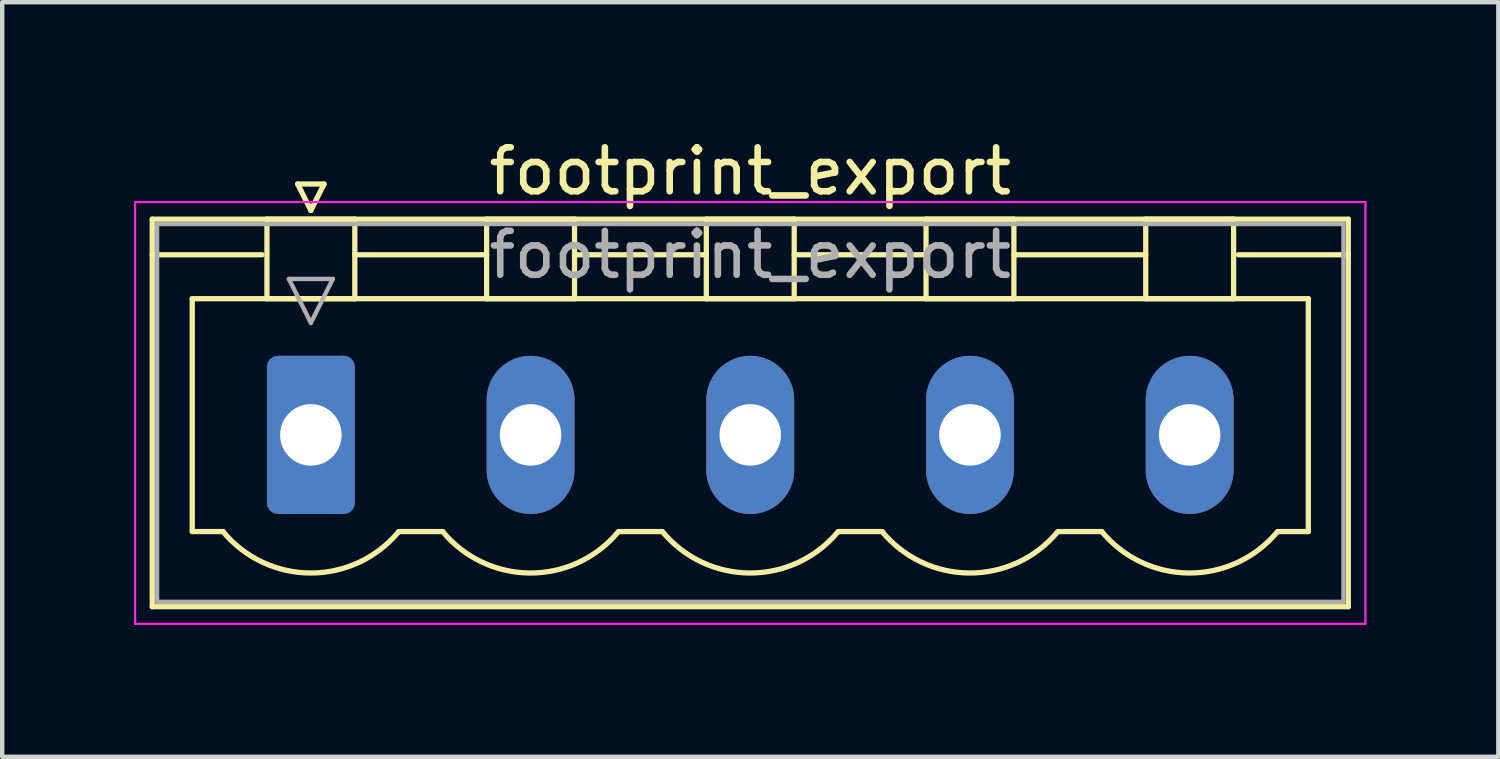
<source format=kicad_pcb>
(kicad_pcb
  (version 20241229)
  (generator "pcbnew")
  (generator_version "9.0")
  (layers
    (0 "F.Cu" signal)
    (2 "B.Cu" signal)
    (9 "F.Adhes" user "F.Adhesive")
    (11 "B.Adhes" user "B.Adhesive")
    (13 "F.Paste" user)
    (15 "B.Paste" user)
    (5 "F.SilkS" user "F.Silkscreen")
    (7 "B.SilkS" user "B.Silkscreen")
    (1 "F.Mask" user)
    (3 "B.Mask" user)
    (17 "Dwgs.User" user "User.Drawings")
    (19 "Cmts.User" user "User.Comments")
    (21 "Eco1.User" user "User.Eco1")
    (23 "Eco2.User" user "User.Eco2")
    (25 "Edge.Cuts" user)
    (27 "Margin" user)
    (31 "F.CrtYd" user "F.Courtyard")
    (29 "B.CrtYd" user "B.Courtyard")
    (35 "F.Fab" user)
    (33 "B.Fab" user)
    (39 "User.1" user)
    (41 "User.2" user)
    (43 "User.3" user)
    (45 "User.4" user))
  (footprint "footprint_export"
    (layer "F.Cu")
    (at 4.025 6.848)
    (property "Reference" "footprint_export" (at 10 -6 0) (layer "F.SilkS") (effects (font (size 1 1) (thickness 0.15))))
    (attr through_hole)
    (fp_line (start -3.61 -4.91) (end -3.61 3.91) (stroke (width 0.12) (type solid)) (layer "F.SilkS"))
    (fp_line (start -3.61 -4.1) (end -1.11 -4.1) (stroke (width 0.12) (type solid)) (layer "F.SilkS"))
    (fp_line (start -3.61 3.91) (end 23.61 3.91) (stroke (width 0.12) (type solid)) (layer "F.SilkS"))
    (fp_line (start -2.7 -3.1) (end 22.7 -3.1) (stroke (width 0.12) (type solid)) (layer "F.SilkS"))
    (fp_line (start -2.7 2.2) (end -2.7 -3.1) (stroke (width 0.12) (type solid)) (layer "F.SilkS"))
    (fp_line (start -2 2.2) (end -2.7 2.2) (stroke (width 0.12) (type solid)) (layer "F.SilkS"))
    (fp_line (start -1 -4.91) (end 1 -4.91) (stroke (width 0.12) (type solid)) (layer "F.SilkS"))
    (fp_line (start -1 -3.1) (end -1 -4.91) (stroke (width 0.12) (type solid)) (layer "F.SilkS"))
    (fp_line (start -0.3 -5.71) (end 0.3 -5.71) (stroke (width 0.12) (type solid)) (layer "F.SilkS"))
    (fp_line (start 0 -5.11) (end -0.3 -5.71) (stroke (width 0.12) (type solid)) (layer "F.SilkS"))
    (fp_line (start 0.3 -5.71) (end 0 -5.11) (stroke (width 0.12) (type solid)) (layer "F.SilkS"))
    (fp_line (start 1 -4.91) (end 1 -3.1) (stroke (width 0.12) (type solid)) (layer "F.SilkS"))
    (fp_line (start 1 -4.1) (end 4 -4.1) (stroke (width 0.12) (type solid)) (layer "F.SilkS"))
    (fp_line (start 1 -3.1) (end -1 -3.1) (stroke (width 0.12) (type solid)) (layer "F.SilkS"))
    (fp_line (start 2 2.2) (end 3 2.2) (stroke (width 0.12) (type solid)) (layer "F.SilkS"))
    (fp_line (start 4 -4.91) (end 6 -4.91) (stroke (width 0.12) (type solid)) (layer "F.SilkS"))
    (fp_line (start 4 -3.1) (end 4 -4.91) (stroke (width 0.12) (type solid)) (layer "F.SilkS"))
    (fp_line (start 6 -4.91) (end 6 -3.1) (stroke (width 0.12) (type solid)) (layer "F.SilkS"))
    (fp_line (start 6 -4.1) (end 9 -4.1) (stroke (width 0.12) (type solid)) (layer "F.SilkS"))
    (fp_line (start 6 -3.1) (end 4 -3.1) (stroke (width 0.12) (type solid)) (layer "F.SilkS"))
    (fp_line (start 7 2.2) (end 8 2.2) (stroke (width 0.12) (type solid)) (layer "F.SilkS"))
    (fp_line (start 9 -4.91) (end 11 -4.91) (stroke (width 0.12) (type solid)) (layer "F.SilkS"))
    (fp_line (start 9 -3.1) (end 9 -4.91) (stroke (width 0.12) (type solid)) (layer "F.SilkS"))
    (fp_line (start 11 -4.91) (end 11 -3.1) (stroke (width 0.12) (type solid)) (layer "F.SilkS"))
    (fp_line (start 11 -4.1) (end 14 -4.1) (stroke (width 0.12) (type solid)) (layer "F.SilkS"))
    (fp_line (start 11 -3.1) (end 9 -3.1) (stroke (width 0.12) (type solid)) (layer "F.SilkS"))
    (fp_line (start 12 2.2) (end 13 2.2) (stroke (width 0.12) (type solid)) (layer "F.SilkS"))
    (fp_line (start 14 -4.91) (end 16 -4.91) (stroke (width 0.12) (type solid)) (layer "F.SilkS"))
    (fp_line (start 14 -3.1) (end 14 -4.91) (stroke (width 0.12) (type solid)) (layer "F.SilkS"))
    (fp_line (start 16 -4.91) (end 16 -3.1) (stroke (width 0.12) (type solid)) (layer "F.SilkS"))
    (fp_line (start 16 -4.1) (end 19 -4.1) (stroke (width 0.12) (type solid)) (layer "F.SilkS"))
    (fp_line (start 16 -3.1) (end 14 -3.1) (stroke (width 0.12) (type solid)) (layer "F.SilkS"))
    (fp_line (start 17 2.2) (end 18 2.2) (stroke (width 0.12) (type solid)) (layer "F.SilkS"))
    (fp_line (start 19 -4.91) (end 21 -4.91) (stroke (width 0.12) (type solid)) (layer "F.SilkS"))
    (fp_line (start 19 -3.1) (end 19 -4.91) (stroke (width 0.12) (type solid)) (layer "F.SilkS"))
    (fp_line (start 21 -4.91) (end 21 -3.1) (stroke (width 0.12) (type solid)) (layer "F.SilkS"))
    (fp_line (start 21 -3.1) (end 19 -3.1) (stroke (width 0.12) (type solid)) (layer "F.SilkS"))
    (fp_line (start 22.7 -3.1) (end 22.7 2.2) (stroke (width 0.12) (type solid)) (layer "F.SilkS"))
    (fp_line (start 22.7 2.2) (end 22 2.2) (stroke (width 0.12) (type solid)) (layer "F.SilkS"))
    (fp_line (start 23.61 -4.91) (end -3.61 -4.91) (stroke (width 0.12) (type solid)) (layer "F.SilkS"))
    (fp_line (start 23.61 -4.1) (end 21.11 -4.1) (stroke (width 0.12) (type solid)) (layer "F.SilkS"))
    (fp_line (start 23.61 3.91) (end 23.61 -4.91) (stroke (width 0.12) (type solid)) (layer "F.SilkS"))
    (fp_arc (start 1.986842 2.215821) (mid -0.010289 3.142758) (end -2 2.2) (stroke (width 0.12) (type solid)) (layer "F.SilkS"))
    (fp_arc (start 6.986842 2.215821) (mid 4.989711 3.142758) (end 3 2.2) (stroke (width 0.12) (type solid)) (layer "F.SilkS"))
    (fp_arc (start 11.986842 2.215821) (mid 9.989711 3.142758) (end 8 2.2) (stroke (width 0.12) (type solid)) (layer "F.SilkS"))
    (fp_arc (start 16.986842 2.215821) (mid 14.989711 3.142758) (end 13 2.2) (stroke (width 0.12) (type solid)) (layer "F.SilkS"))
    (fp_arc (start 21.986842 2.215821) (mid 19.989711 3.142758) (end 18 2.2) (stroke (width 0.12) (type solid)) (layer "F.SilkS"))
    (fp_line (start -4 -5.3) (end -4 4.3) (stroke (width 0.05) (type solid)) (layer "F.CrtYd"))
    (fp_line (start -4 4.3) (end 24 4.3) (stroke (width 0.05) (type solid)) (layer "F.CrtYd"))
    (fp_line (start 24 -5.3) (end -4 -5.3) (stroke (width 0.05) (type solid)) (layer "F.CrtYd"))
    (fp_line (start 24 4.3) (end 24 -5.3) (stroke (width 0.05) (type solid)) (layer "F.CrtYd"))
    (fp_line (start -3.5 -4.8) (end -3.5 3.8) (stroke (width 0.1) (type solid)) (layer "F.Fab"))
    (fp_line (start -3.5 3.8) (end 23.5 3.8) (stroke (width 0.1) (type solid)) (layer "F.Fab"))
    (fp_line (start -0.5 -3.55) (end 0.5 -3.55) (stroke (width 0.1) (type solid)) (layer "F.Fab"))
    (fp_line (start 0 -2.55) (end -0.5 -3.55) (stroke (width 0.1) (type solid)) (layer "F.Fab"))
    (fp_line (start 0.5 -3.55) (end 0 -2.55) (stroke (width 0.1) (type solid)) (layer "F.Fab"))
    (fp_line (start 23.5 -4.8) (end -3.5 -4.8) (stroke (width 0.1) (type solid)) (layer "F.Fab"))
    (fp_line (start 23.5 3.8) (end 23.5 -4.8) (stroke (width 0.1) (type solid)) (layer "F.Fab"))
    (fp_text user "${REFERENCE}" (at 10 -4.1 0) (layer "F.Fab") (effects (font (size 1 1) (thickness 0.15))))
    (pad "1" thru_hole roundrect (at 0 0) (size 2 3.6) (drill 1.4) (layers "*.Cu" "*.Mask") (roundrect_rratio 0.125))
    (pad "2" thru_hole oval (at 5 0) (size 2 3.6) (drill 1.4) (layers "*.Cu" "*.Mask"))
    (pad "3" thru_hole oval (at 10 0) (size 2 3.6) (drill 1.4) (layers "*.Cu" "*.Mask"))
    (pad "4" thru_hole oval (at 15 0) (size 2 3.6) (drill 1.4) (layers "*.Cu" "*.Mask"))
    (pad "5" thru_hole oval (at 20 0) (size 2 3.6) (drill 1.4) (layers "*.Cu" "*.Mask")))
  (gr_rect
    (start -3 -3)
    (end 31.05 14.173)
    (stroke (width 0.1) (type default))
    (fill no)
    (layer "Edge.Cuts")))
</source>
